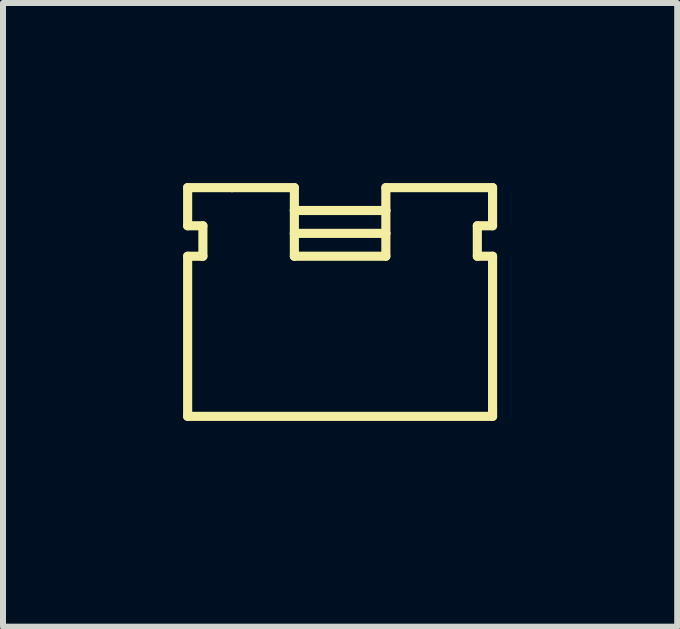
<source format=kicad_pcb>
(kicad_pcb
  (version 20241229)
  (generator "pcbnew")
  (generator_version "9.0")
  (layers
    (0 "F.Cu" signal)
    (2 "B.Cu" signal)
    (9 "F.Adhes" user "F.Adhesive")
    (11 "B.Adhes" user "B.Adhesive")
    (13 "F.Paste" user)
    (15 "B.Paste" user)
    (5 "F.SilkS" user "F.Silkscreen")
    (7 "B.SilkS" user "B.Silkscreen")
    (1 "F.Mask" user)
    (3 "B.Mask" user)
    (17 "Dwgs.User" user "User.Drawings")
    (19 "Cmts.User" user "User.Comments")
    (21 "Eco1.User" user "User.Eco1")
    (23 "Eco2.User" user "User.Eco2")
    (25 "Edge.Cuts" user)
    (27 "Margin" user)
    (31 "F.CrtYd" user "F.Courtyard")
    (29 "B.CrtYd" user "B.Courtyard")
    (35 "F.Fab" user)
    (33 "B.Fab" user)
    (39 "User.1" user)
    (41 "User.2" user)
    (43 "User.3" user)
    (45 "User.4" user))
  (footprint "footprint"
    (layer "F.Cu")
    (at 2.616 4.14)
    (property "Reference" "footprint" (at -2.1 -4 0) (layer "F.SilkS") (effects (font (size 0.092 0.092) (thickness 0.008)) (justify left bottom)))
    (fp_line (start -2.54 -4.064) (end -2.54 -3.429) (stroke (width 0.152) (type solid)) (layer "F.SilkS"))
    (fp_line (start -2.54 -4.064) (end -0.762 -4.064) (stroke (width 0.152) (type solid)) (layer "F.SilkS"))
    (fp_line (start -2.54 -2.921) (end -2.54 -0.254) (stroke (width 0.152) (type solid)) (layer "F.SilkS"))
    (fp_line (start -2.54 -2.921) (end -2.286 -2.921) (stroke (width 0.152) (type solid)) (layer "F.SilkS"))
    (fp_line (start -2.286 -3.429) (end -2.54 -3.429) (stroke (width 0.152) (type solid)) (layer "F.SilkS"))
    (fp_line (start -2.286 -3.429) (end -2.286 -2.921) (stroke (width 0.152) (type solid)) (layer "F.SilkS"))
    (fp_line (start -0.762 -4.064) (end -0.762 -3.683) (stroke (width 0.152) (type solid)) (layer "F.SilkS"))
    (fp_line (start -0.762 -3.683) (end -0.762 -3.302) (stroke (width 0.152) (type solid)) (layer "F.SilkS"))
    (fp_line (start -0.762 -3.683) (end 0.762 -3.683) (stroke (width 0.152) (type solid)) (layer "F.SilkS"))
    (fp_line (start -0.762 -3.302) (end -0.762 -2.921) (stroke (width 0.152) (type solid)) (layer "F.SilkS"))
    (fp_line (start -0.762 -3.302) (end 0.762 -3.302) (stroke (width 0.152) (type solid)) (layer "F.SilkS"))
    (fp_line (start -0.762 -2.921) (end 0.762 -2.921) (stroke (width 0.152) (type solid)) (layer "F.SilkS"))
    (fp_line (start 0.762 -4.064) (end 2.54 -4.064) (stroke (width 0.152) (type solid)) (layer "F.SilkS"))
    (fp_line (start 0.762 -3.683) (end 0.762 -4.064) (stroke (width 0.152) (type solid)) (layer "F.SilkS"))
    (fp_line (start 0.762 -3.683) (end 0.762 -3.302) (stroke (width 0.152) (type solid)) (layer "F.SilkS"))
    (fp_line (start 0.762 -3.302) (end 0.762 -2.921) (stroke (width 0.152) (type solid)) (layer "F.SilkS"))
    (fp_line (start 2.286 -3.429) (end 2.286 -2.921) (stroke (width 0.152) (type solid)) (layer "F.SilkS"))
    (fp_line (start 2.286 -3.429) (end 2.54 -3.429) (stroke (width 0.152) (type solid)) (layer "F.SilkS"))
    (fp_line (start 2.54 -4.064) (end 2.54 -3.429) (stroke (width 0.152) (type solid)) (layer "F.SilkS"))
    (fp_line (start 2.54 -2.921) (end 2.286 -2.921) (stroke (width 0.152) (type solid)) (layer "F.SilkS"))
    (fp_line (start 2.54 -2.921) (end 2.54 -0.254) (stroke (width 0.152) (type solid)) (layer "F.SilkS"))
    (fp_line (start 2.54 -0.254) (end -2.54 -0.254) (stroke (width 0.152) (type solid)) (layer "F.SilkS")))
  (gr_rect
    (start -3 -3)
    (end 8.232 7.39)
    (stroke (width 0.1) (type default))
    (fill no)
    (layer "Edge.Cuts")))
</source>
